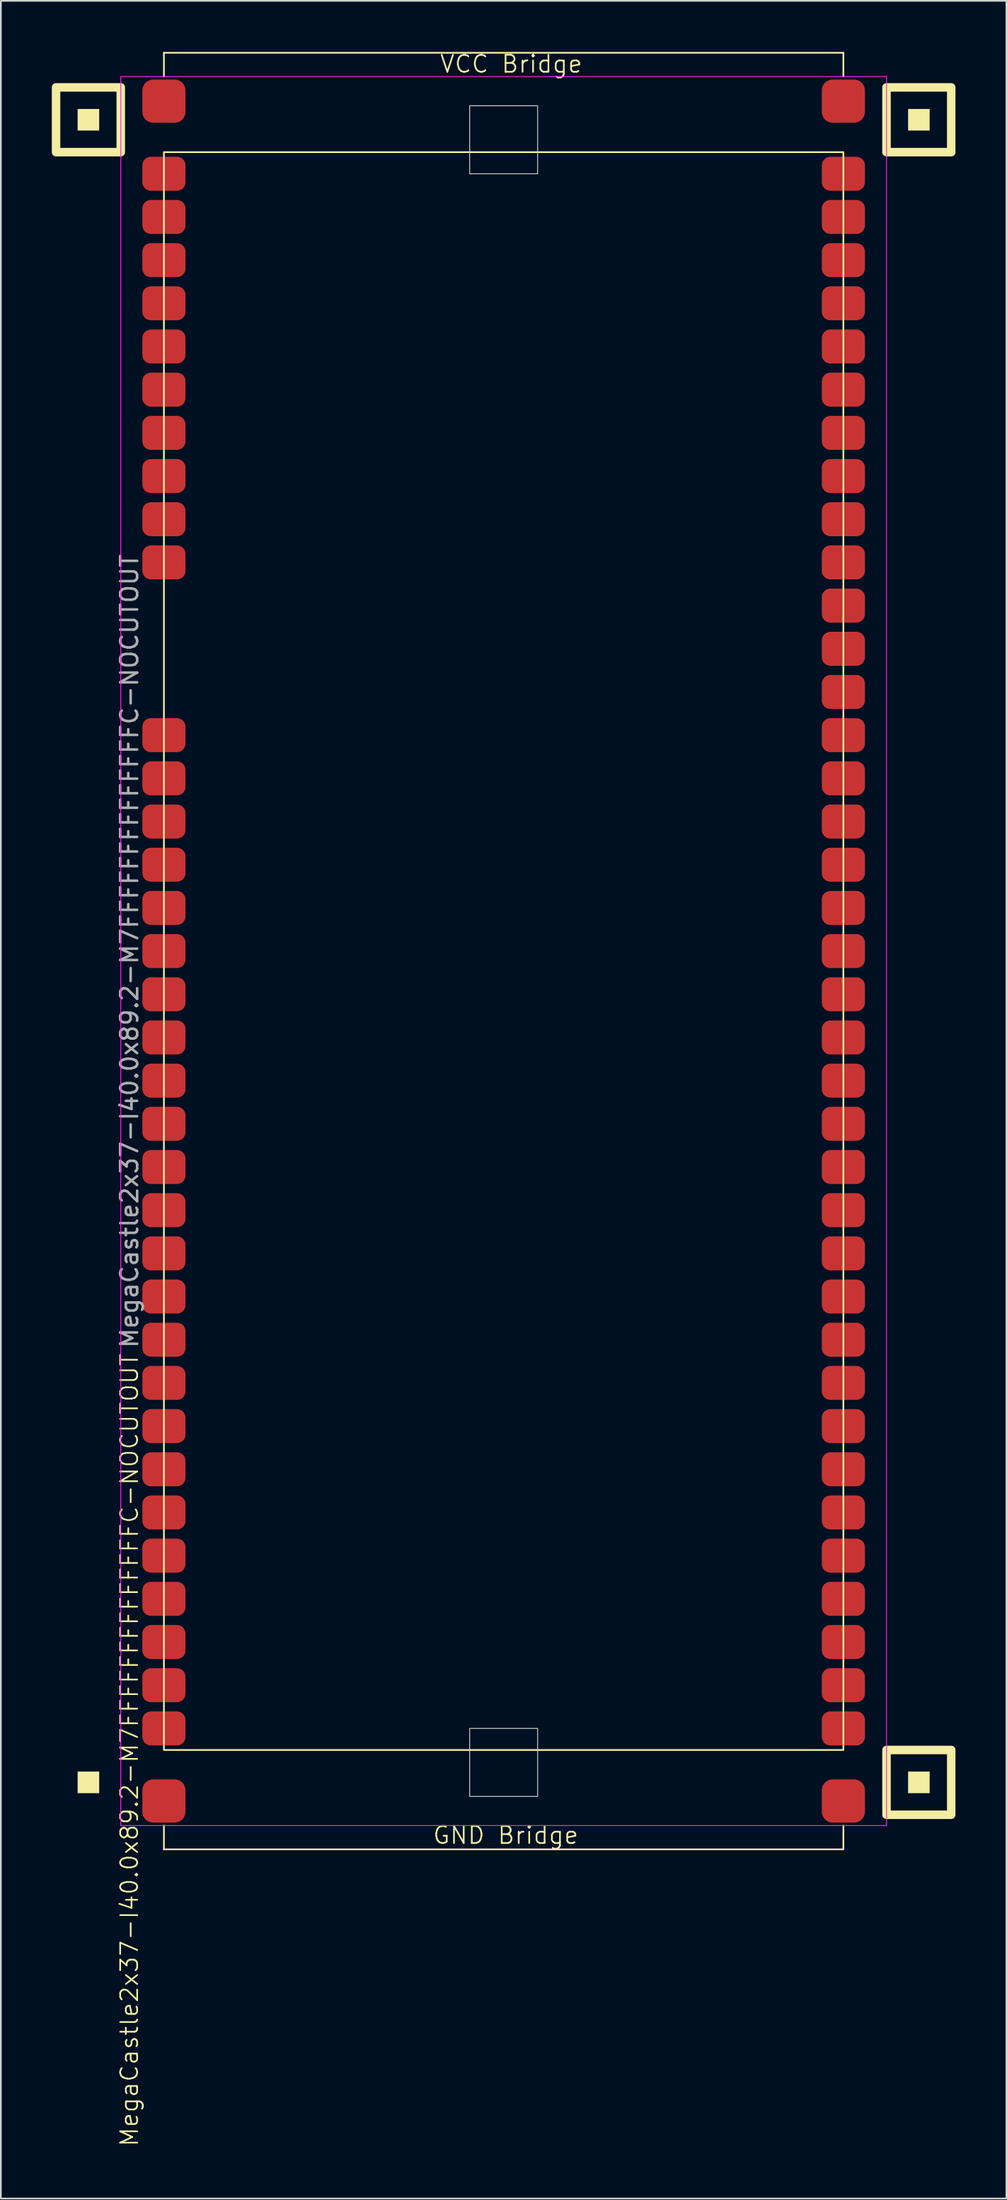
<source format=kicad_pcb>
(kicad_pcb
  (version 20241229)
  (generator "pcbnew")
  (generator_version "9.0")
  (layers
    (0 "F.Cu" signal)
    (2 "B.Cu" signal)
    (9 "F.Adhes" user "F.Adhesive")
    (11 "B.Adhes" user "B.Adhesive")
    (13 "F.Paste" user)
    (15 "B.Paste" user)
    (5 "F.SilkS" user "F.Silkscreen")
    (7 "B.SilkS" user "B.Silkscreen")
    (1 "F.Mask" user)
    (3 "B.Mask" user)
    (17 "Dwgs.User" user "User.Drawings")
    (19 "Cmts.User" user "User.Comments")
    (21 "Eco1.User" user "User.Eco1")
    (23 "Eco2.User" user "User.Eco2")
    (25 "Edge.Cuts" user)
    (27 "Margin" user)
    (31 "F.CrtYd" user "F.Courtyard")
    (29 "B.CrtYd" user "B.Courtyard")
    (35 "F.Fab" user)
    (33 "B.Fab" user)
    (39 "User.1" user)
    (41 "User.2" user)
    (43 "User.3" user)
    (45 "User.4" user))
  (footprint "MegaCastle2x37-I40.0x89.2-M7FFFFFFFFFFFFFFC-NOCUTOUT"
    (layer "F.Cu")
    (at 26.6 52.89)
    (property "Reference" "MegaCastle2x37-I40.0x89.2-M7FFFFFFFFFFFFFFC-NOCUTOUT" (at -22.032 46.99 90) (unlocked yes) (layer "F.SilkS") (effects (font (size 1 1) (thickness 0.1))))
    (attr smd)
    (fp_line (start -20 -52.835) (end 20 -52.835) (stroke (width 0.1) (type default)) (layer "F.SilkS"))
    (fp_line (start -20 -51.435) (end -20 -52.835) (stroke (width 0.1) (type default)) (layer "F.SilkS"))
    (fp_line (start -20 51.435) (end -20 52.835) (stroke (width 0.1) (type default)) (layer "F.SilkS"))
    (fp_line (start -20 52.835) (end 20 52.835) (stroke (width 0.1) (type default)) (layer "F.SilkS"))
    (fp_line (start 20 -51.435) (end 20 -52.835) (stroke (width 0.1) (type default)) (layer "F.SilkS"))
    (fp_line (start 20 51.435) (end 20 52.835) (stroke (width 0.1) (type default)) (layer "F.SilkS"))
    (fp_rect (start -23.81 -48.26) (end -25.08 -49.53) (stroke (width 0) (type solid)) (fill yes) (layer "F.SilkS"))
    (fp_rect (start -23.81 49.53) (end -25.08 48.26) (stroke (width 0) (type solid)) (fill yes) (layer "F.SilkS"))
    (fp_rect (start -22.54 -46.99) (end -26.35 -50.8) (stroke (width 0.5) (type default)) (fill no) (layer "F.SilkS"))
    (fp_rect (start -20 -46.99) (end 20 46.99) (stroke (width 0.1) (type default)) (fill no) (layer "F.SilkS"))
    (fp_rect (start 25.08 -48.26) (end 23.81 -49.53) (stroke (width 0) (type solid)) (fill yes) (layer "F.SilkS"))
    (fp_rect (start 25.08 49.53) (end 23.81 48.26) (stroke (width 0) (type solid)) (fill yes) (layer "F.SilkS"))
    (fp_rect (start 26.35 -46.99) (end 22.54 -50.8) (stroke (width 0.5) (type default)) (fill no) (layer "F.SilkS"))
    (fp_rect (start 26.35 50.8) (end 22.54 46.99) (stroke (width 0.5) (type default)) (fill no) (layer "F.SilkS"))
    (fp_rect (start -2 -45.72) (end 2 -49.72) (stroke (width 0.05) (type default)) (fill no) (layer "Edge.Cuts"))
    (fp_rect (start -2 45.72) (end 2 49.72) (stroke (width 0.05) (type default)) (fill no) (layer "Edge.Cuts"))
    (fp_line (start -22.54 -51.435) (end -22.54 51.435) (stroke (width 0.05) (type default)) (layer "F.CrtYd"))
    (fp_line (start -22.54 51.435) (end 22.54 51.435) (stroke (width 0.05) (type default)) (layer "F.CrtYd"))
    (fp_line (start 22.54 -51.435) (end -22.54 -51.435) (stroke (width 0.05) (type default)) (layer "F.CrtYd"))
    (fp_line (start 22.54 -51.435) (end 22.54 51.435) (stroke (width 0.05) (type default)) (layer "F.CrtYd"))
    (fp_text user "VCC Bridge" (at -3.81 -51.59 0) (unlocked yes) (layer "F.SilkS") (effects (font (size 1 1) (thickness 0.1)) (justify left bottom)))
    (fp_text user "GND Bridge" (at -4.226 52.59 0) (unlocked yes) (layer "F.SilkS") (effects (font (size 1 1) (thickness 0.1)) (justify left bottom)))
    (fp_text user "${REFERENCE}" (at -22.032 0 90) (unlocked yes) (layer "F.Fab") (effects (font (size 1 1) (thickness 0.15))))
    (pad "1" smd roundrect (at -20 -45.72) (size 2.54 2) (layers "F.Cu" "F.Mask" "F.Paste") (roundrect_rratio 0.25))
    (pad "2" smd roundrect (at -20 -43.18) (size 2.54 2) (layers "F.Cu" "F.Mask" "F.Paste") (roundrect_rratio 0.25))
    (pad "3" smd roundrect (at -20 -40.64) (size 2.54 2) (layers "F.Cu" "F.Mask" "F.Paste") (roundrect_rratio 0.25))
    (pad "4" smd roundrect (at -20 -38.1) (size 2.54 2) (layers "F.Cu" "F.Mask" "F.Paste") (roundrect_rratio 0.25))
    (pad "5" smd roundrect (at -20 -35.56) (size 2.54 2) (layers "F.Cu" "F.Mask" "F.Paste") (roundrect_rratio 0.25))
    (pad "6" smd roundrect (at -20 -33.02) (size 2.54 2) (layers "F.Cu" "F.Mask" "F.Paste") (roundrect_rratio 0.25))
    (pad "7" smd roundrect (at -20 -30.48) (size 2.54 2) (layers "F.Cu" "F.Mask" "F.Paste") (roundrect_rratio 0.25))
    (pad "8" smd roundrect (at -20 -27.94) (size 2.54 2) (layers "F.Cu" "F.Mask" "F.Paste") (roundrect_rratio 0.25))
    (pad "9" smd roundrect (at -20 -25.4) (size 2.54 2) (layers "F.Cu" "F.Mask" "F.Paste") (roundrect_rratio 0.25))
    (pad "10" smd roundrect (at -20 -22.86) (size 2.54 2) (layers "F.Cu" "F.Mask" "F.Paste") (roundrect_rratio 0.25))
    (pad "14" smd roundrect (at -20 -12.7) (size 2.54 2) (layers "F.Cu" "F.Mask" "F.Paste") (roundrect_rratio 0.25))
    (pad "15" smd roundrect (at -20 -10.16) (size 2.54 2) (layers "F.Cu" "F.Mask" "F.Paste") (roundrect_rratio 0.25))
    (pad "16" smd roundrect (at -20 -7.62) (size 2.54 2) (layers "F.Cu" "F.Mask" "F.Paste") (roundrect_rratio 0.25))
    (pad "17" smd roundrect (at -20 -5.08) (size 2.54 2) (layers "F.Cu" "F.Mask" "F.Paste") (roundrect_rratio 0.25))
    (pad "18" smd roundrect (at -20 -2.54) (size 2.54 2) (layers "F.Cu" "F.Mask" "F.Paste") (roundrect_rratio 0.25))
    (pad "19" smd roundrect (at -20 0) (size 2.54 2) (layers "F.Cu" "F.Mask" "F.Paste") (roundrect_rratio 0.25))
    (pad "20" smd roundrect (at -20 2.54) (size 2.54 2) (layers "F.Cu" "F.Mask" "F.Paste") (roundrect_rratio 0.25))
    (pad "21" smd roundrect (at -20 5.08) (size 2.54 2) (layers "F.Cu" "F.Mask" "F.Paste") (roundrect_rratio 0.25))
    (pad "22" smd roundrect (at -20 7.62) (size 2.54 2) (layers "F.Cu" "F.Mask" "F.Paste") (roundrect_rratio 0.25))
    (pad "23" smd roundrect (at -20 10.16) (size 2.54 2) (layers "F.Cu" "F.Mask" "F.Paste") (roundrect_rratio 0.25))
    (pad "24" smd roundrect (at -20 12.7) (size 2.54 2) (layers "F.Cu" "F.Mask" "F.Paste") (roundrect_rratio 0.25))
    (pad "25" smd roundrect (at -20 15.24) (size 2.54 2) (layers "F.Cu" "F.Mask" "F.Paste") (roundrect_rratio 0.25))
    (pad "26" smd roundrect (at -20 17.78) (size 2.54 2) (layers "F.Cu" "F.Mask" "F.Paste") (roundrect_rratio 0.25))
    (pad "27" smd roundrect (at -20 20.32) (size 2.54 2) (layers "F.Cu" "F.Mask" "F.Paste") (roundrect_rratio 0.25))
    (pad "28" smd roundrect (at -20 22.86) (size 2.54 2) (layers "F.Cu" "F.Mask" "F.Paste") (roundrect_rratio 0.25))
    (pad "29" smd roundrect (at -20 25.4) (size 2.54 2) (layers "F.Cu" "F.Mask" "F.Paste") (roundrect_rratio 0.25))
    (pad "30" smd roundrect (at -20 27.94) (size 2.54 2) (layers "F.Cu" "F.Mask" "F.Paste") (roundrect_rratio 0.25))
    (pad "31" smd roundrect (at -20 30.48) (size 2.54 2) (layers "F.Cu" "F.Mask" "F.Paste") (roundrect_rratio 0.25))
    (pad "32" smd roundrect (at -20 33.02) (size 2.54 2) (layers "F.Cu" "F.Mask" "F.Paste") (roundrect_rratio 0.25))
    (pad "33" smd roundrect (at -20 35.56) (size 2.54 2) (layers "F.Cu" "F.Mask" "F.Paste") (roundrect_rratio 0.25))
    (pad "34" smd roundrect (at -20 38.1) (size 2.54 2) (layers "F.Cu" "F.Mask" "F.Paste") (roundrect_rratio 0.25))
    (pad "35" smd roundrect (at -20 40.64) (size 2.54 2) (layers "F.Cu" "F.Mask" "F.Paste") (roundrect_rratio 0.25))
    (pad "36" smd roundrect (at -20 43.18) (size 2.54 2) (layers "F.Cu" "F.Mask" "F.Paste") (roundrect_rratio 0.25))
    (pad "37" smd roundrect (at -20 45.72) (size 2.54 2) (layers "F.Cu" "F.Mask" "F.Paste") (roundrect_rratio 0.25))
    (pad "38" smd roundrect (at 20 -45.72) (size 2.54 2) (layers "F.Cu" "F.Mask" "F.Paste") (roundrect_rratio 0.25))
    (pad "39" smd roundrect (at 20 -43.18) (size 2.54 2) (layers "F.Cu" "F.Mask" "F.Paste") (roundrect_rratio 0.25))
    (pad "40" smd roundrect (at 20 -40.64) (size 2.54 2) (layers "F.Cu" "F.Mask" "F.Paste") (roundrect_rratio 0.25))
    (pad "41" smd roundrect (at 20 -38.1) (size 2.54 2) (layers "F.Cu" "F.Mask" "F.Paste") (roundrect_rratio 0.25))
    (pad "42" smd roundrect (at 20 -35.56) (size 2.54 2) (layers "F.Cu" "F.Mask" "F.Paste") (roundrect_rratio 0.25))
    (pad "43" smd roundrect (at 20 -33.02) (size 2.54 2) (layers "F.Cu" "F.Mask" "F.Paste") (roundrect_rratio 0.25))
    (pad "44" smd roundrect (at 20 -30.48) (size 2.54 2) (layers "F.Cu" "F.Mask" "F.Paste") (roundrect_rratio 0.25))
    (pad "45" smd roundrect (at 20 -27.94) (size 2.54 2) (layers "F.Cu" "F.Mask" "F.Paste") (roundrect_rratio 0.25))
    (pad "46" smd roundrect (at 20 -25.4) (size 2.54 2) (layers "F.Cu" "F.Mask" "F.Paste") (roundrect_rratio 0.25))
    (pad "47" smd roundrect (at 20 -22.86) (size 2.54 2) (layers "F.Cu" "F.Mask" "F.Paste") (roundrect_rratio 0.25))
    (pad "48" smd roundrect (at 20 -20.32) (size 2.54 2) (layers "F.Cu" "F.Mask" "F.Paste") (roundrect_rratio 0.25))
    (pad "49" smd roundrect (at 20 -17.78) (size 2.54 2) (layers "F.Cu" "F.Mask" "F.Paste") (roundrect_rratio 0.25))
    (pad "50" smd roundrect (at 20 -15.24) (size 2.54 2) (layers "F.Cu" "F.Mask" "F.Paste") (roundrect_rratio 0.25))
    (pad "51" smd roundrect (at 20 -12.7) (size 2.54 2) (layers "F.Cu" "F.Mask" "F.Paste") (roundrect_rratio 0.25))
    (pad "52" smd roundrect (at 20 -10.16) (size 2.54 2) (layers "F.Cu" "F.Mask" "F.Paste") (roundrect_rratio 0.25))
    (pad "53" smd roundrect (at 20 -7.62) (size 2.54 2) (layers "F.Cu" "F.Mask" "F.Paste") (roundrect_rratio 0.25))
    (pad "54" smd roundrect (at 20 -5.08) (size 2.54 2) (layers "F.Cu" "F.Mask" "F.Paste") (roundrect_rratio 0.25))
    (pad "55" smd roundrect (at 20 -2.54) (size 2.54 2) (layers "F.Cu" "F.Mask" "F.Paste") (roundrect_rratio 0.25))
    (pad "56" smd roundrect (at 20 0) (size 2.54 2) (layers "F.Cu" "F.Mask" "F.Paste") (roundrect_rratio 0.25))
    (pad "57" smd roundrect (at 20 2.54) (size 2.54 2) (layers "F.Cu" "F.Mask" "F.Paste") (roundrect_rratio 0.25))
    (pad "58" smd roundrect (at 20 5.08) (size 2.54 2) (layers "F.Cu" "F.Mask" "F.Paste") (roundrect_rratio 0.25))
    (pad "59" smd roundrect (at 20 7.62) (size 2.54 2) (layers "F.Cu" "F.Mask" "F.Paste") (roundrect_rratio 0.25))
    (pad "60" smd roundrect (at 20 10.16) (size 2.54 2) (layers "F.Cu" "F.Mask" "F.Paste") (roundrect_rratio 0.25))
    (pad "61" smd roundrect (at 20 12.7) (size 2.54 2) (layers "F.Cu" "F.Mask" "F.Paste") (roundrect_rratio 0.25))
    (pad "62" smd roundrect (at 20 15.24) (size 2.54 2) (layers "F.Cu" "F.Mask" "F.Paste") (roundrect_rratio 0.25))
    (pad "63" smd roundrect (at 20 17.78) (size 2.54 2) (layers "F.Cu" "F.Mask" "F.Paste") (roundrect_rratio 0.25))
    (pad "64" smd roundrect (at 20 20.32) (size 2.54 2) (layers "F.Cu" "F.Mask" "F.Paste") (roundrect_rratio 0.25))
    (pad "65" smd roundrect (at 20 22.86) (size 2.54 2) (layers "F.Cu" "F.Mask" "F.Paste") (roundrect_rratio 0.25))
    (pad "66" smd roundrect (at 20 25.4) (size 2.54 2) (layers "F.Cu" "F.Mask" "F.Paste") (roundrect_rratio 0.25))
    (pad "67" smd roundrect (at 20 27.94) (size 2.54 2) (layers "F.Cu" "F.Mask" "F.Paste") (roundrect_rratio 0.25))
    (pad "68" smd roundrect (at 20 30.48) (size 2.54 2) (layers "F.Cu" "F.Mask" "F.Paste") (roundrect_rratio 0.25))
    (pad "69" smd roundrect (at 20 33.02) (size 2.54 2) (layers "F.Cu" "F.Mask" "F.Paste") (roundrect_rratio 0.25))
    (pad "70" smd roundrect (at 20 35.56) (size 2.54 2) (layers "F.Cu" "F.Mask" "F.Paste") (roundrect_rratio 0.25))
    (pad "71" smd roundrect (at 20 38.1) (size 2.54 2) (layers "F.Cu" "F.Mask" "F.Paste") (roundrect_rratio 0.25))
    (pad "72" smd roundrect (at 20 40.64) (size 2.54 2) (layers "F.Cu" "F.Mask" "F.Paste") (roundrect_rratio 0.25))
    (pad "73" smd roundrect (at 20 43.18) (size 2.54 2) (layers "F.Cu" "F.Mask" "F.Paste") (roundrect_rratio 0.25))
    (pad "74" smd roundrect (at 20 45.72) (size 2.54 2) (layers "F.Cu" "F.Mask" "F.Paste") (roundrect_rratio 0.25))
    (pad "A1" smd roundrect (at -20 -49.99) (size 2.54 2.54) (layers "F.Cu" "F.Mask" "F.Paste") (roundrect_rratio 0.25))
    (pad "A2" smd roundrect (at 20 -49.99) (size 2.54 2.54) (layers "F.Cu" "F.Mask" "F.Paste") (roundrect_rratio 0.25))
    (pad "B1" smd roundrect (at -20 49.99) (size 2.54 2.54) (layers "F.Cu" "F.Mask" "F.Paste") (roundrect_rratio 0.25))
    (pad "B2" smd roundrect (at 20 49.99) (size 2.54 2.54) (layers "F.Cu" "F.Mask" "F.Paste") (roundrect_rratio 0.25)))
  (gr_rect
    (start -3 -3)
    (end 56.2 126.263)
    (stroke (width 0.1) (type default))
    (fill no)
    (layer "Edge.Cuts")))
</source>
